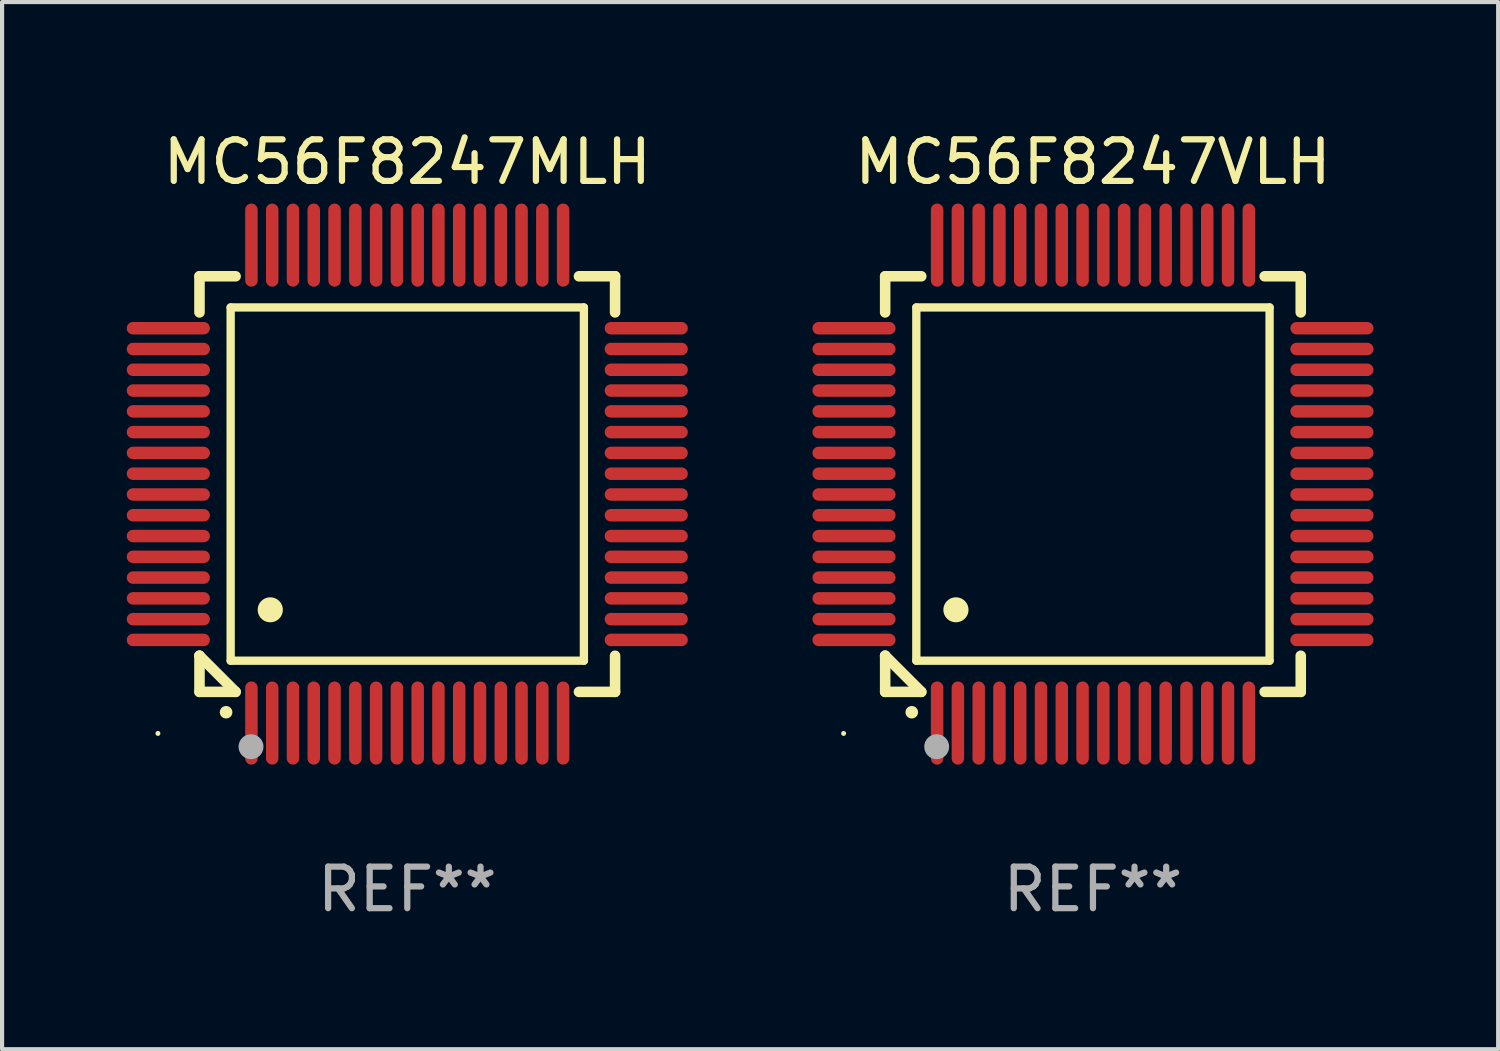
<source format=kicad_pcb>
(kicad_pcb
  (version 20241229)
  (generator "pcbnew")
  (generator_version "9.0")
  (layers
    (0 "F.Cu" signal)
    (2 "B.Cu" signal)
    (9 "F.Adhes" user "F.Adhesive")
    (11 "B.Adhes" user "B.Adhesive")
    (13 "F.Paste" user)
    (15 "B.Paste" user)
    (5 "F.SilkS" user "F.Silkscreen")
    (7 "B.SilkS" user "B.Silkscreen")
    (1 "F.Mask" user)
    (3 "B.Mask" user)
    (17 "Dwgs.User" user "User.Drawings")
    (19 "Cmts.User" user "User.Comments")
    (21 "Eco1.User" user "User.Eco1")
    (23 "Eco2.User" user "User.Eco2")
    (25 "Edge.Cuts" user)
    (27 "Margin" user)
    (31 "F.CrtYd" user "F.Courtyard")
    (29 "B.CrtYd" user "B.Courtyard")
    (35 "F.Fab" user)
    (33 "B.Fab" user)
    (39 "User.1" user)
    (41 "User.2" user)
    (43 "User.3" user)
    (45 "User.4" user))
  (footprint "MC56F8247MLH"
    (layer "F.Cu")
    (at 6.75 8.598)
    (property "Reference" "MC56F8247MLH" (at 0 -7.75 0) (layer "F.SilkS") (effects (font (size 1 1) (thickness 0.15))))
    (attr through_hole)
    (fp_line (start -5 -5) (end -4.131 -5) (stroke (width 0.254) (type solid)) (layer "F.SilkS"))
    (fp_line (start -5 -4.131) (end -5 -5) (stroke (width 0.254) (type solid)) (layer "F.SilkS"))
    (fp_line (start -5 4.131) (end -5 4.131) (stroke (width 0.254) (type solid)) (layer "F.SilkS"))
    (fp_line (start -5 5) (end -5 4.131) (stroke (width 0.254) (type solid)) (layer "F.SilkS"))
    (fp_line (start -5 4.131) (end -4.131 5) (stroke (width 0.254) (type solid)) (layer "F.SilkS"))
    (fp_line (start -4.25 -4.25) (end -4.25 4.25) (stroke (width 0.2) (type solid)) (layer "F.SilkS"))
    (fp_line (start -4.25 4.25) (end 4.25 4.25) (stroke (width 0.2) (type solid)) (layer "F.SilkS"))
    (fp_line (start -4.131 5) (end -5 5) (stroke (width 0.254) (type solid)) (layer "F.SilkS"))
    (fp_line (start 4.25 -4.25) (end -4.25 -4.25) (stroke (width 0.2) (type solid)) (layer "F.SilkS"))
    (fp_line (start 4.25 4.25) (end 4.25 -4.25) (stroke (width 0.2) (type solid)) (layer "F.SilkS"))
    (fp_line (start 5 -5) (end 4.131 -5) (stroke (width 0.254) (type solid)) (layer "F.SilkS"))
    (fp_line (start 5 -5) (end 5 -4.131) (stroke (width 0.254) (type solid)) (layer "F.SilkS"))
    (fp_line (start 5 4.131) (end 5 5) (stroke (width 0.254) (type solid)) (layer "F.SilkS"))
    (fp_line (start 5 5) (end 4.131 5) (stroke (width 0.254) (type solid)) (layer "F.SilkS"))
    (fp_arc (start -4.361265 5.489992) (mid -4.359995 5.489987) (end -4.358725 5.489992) (stroke (width 0.3) (type solid)) (layer "F.SilkS"))
    (fp_arc (start -3.299467 3.025146) (mid -3.296927 3.025135) (end -3.294387 3.025146) (stroke (width 0.6) (type solid)) (layer "F.SilkS"))
    (fp_circle (center -6 6) (end -5.97 6) (stroke (width 0.06) (type solid)) (fill no) (layer "F.SilkS"))
    (fp_circle (center -3.76 6.32) (end -3.61 6.32) (stroke (width 0.3) (type solid)) (fill no) (layer "F.Fab"))
    (fp_text user "REF**" (at 0 9.75 0) (layer "F.Fab") (effects (font (size 1 1) (thickness 0.15))))
    (pad "1" smd oval (at -3.75 5.75) (size 0.3 2) (layers "F.Cu" "F.Mask" "F.Paste"))
    (pad "2" smd oval (at -3.25 5.75) (size 0.3 2) (layers "F.Cu" "F.Mask" "F.Paste"))
    (pad "3" smd oval (at -2.75 5.75) (size 0.3 2) (layers "F.Cu" "F.Mask" "F.Paste"))
    (pad "4" smd oval (at -2.25 5.75) (size 0.3 2) (layers "F.Cu" "F.Mask" "F.Paste"))
    (pad "5" smd oval (at -1.75 5.75) (size 0.3 2) (layers "F.Cu" "F.Mask" "F.Paste"))
    (pad "6" smd oval (at -1.25 5.75) (size 0.3 2) (layers "F.Cu" "F.Mask" "F.Paste"))
    (pad "7" smd oval (at -0.75 5.75) (size 0.3 2) (layers "F.Cu" "F.Mask" "F.Paste"))
    (pad "8" smd oval (at -0.25 5.75) (size 0.3 2) (layers "F.Cu" "F.Mask" "F.Paste"))
    (pad "9" smd oval (at 0.25 5.75) (size 0.3 2) (layers "F.Cu" "F.Mask" "F.Paste"))
    (pad "10" smd oval (at 0.75 5.75) (size 0.3 2) (layers "F.Cu" "F.Mask" "F.Paste"))
    (pad "11" smd oval (at 1.25 5.75) (size 0.3 2) (layers "F.Cu" "F.Mask" "F.Paste"))
    (pad "12" smd oval (at 1.75 5.75) (size 0.3 2) (layers "F.Cu" "F.Mask" "F.Paste"))
    (pad "13" smd oval (at 2.25 5.75) (size 0.3 2) (layers "F.Cu" "F.Mask" "F.Paste"))
    (pad "14" smd oval (at 2.75 5.75) (size 0.3 2) (layers "F.Cu" "F.Mask" "F.Paste"))
    (pad "15" smd oval (at 3.25 5.75) (size 0.3 2) (layers "F.Cu" "F.Mask" "F.Paste"))
    (pad "16" smd oval (at 3.75 5.75) (size 0.3 2) (layers "F.Cu" "F.Mask" "F.Paste"))
    (pad "17" smd oval (at 5.75 3.75) (size 2 0.3) (layers "F.Cu" "F.Mask" "F.Paste"))
    (pad "18" smd oval (at 5.75 3.25) (size 2 0.3) (layers "F.Cu" "F.Mask" "F.Paste"))
    (pad "19" smd oval (at 5.75 2.75) (size 2 0.3) (layers "F.Cu" "F.Mask" "F.Paste"))
    (pad "20" smd oval (at 5.75 2.25) (size 2 0.3) (layers "F.Cu" "F.Mask" "F.Paste"))
    (pad "21" smd oval (at 5.75 1.75) (size 2 0.3) (layers "F.Cu" "F.Mask" "F.Paste"))
    (pad "22" smd oval (at 5.75 1.25) (size 2 0.3) (layers "F.Cu" "F.Mask" "F.Paste"))
    (pad "23" smd oval (at 5.75 0.75) (size 2 0.3) (layers "F.Cu" "F.Mask" "F.Paste"))
    (pad "24" smd oval (at 5.75 0.25) (size 2 0.3) (layers "F.Cu" "F.Mask" "F.Paste"))
    (pad "25" smd oval (at 5.75 -0.25) (size 2 0.3) (layers "F.Cu" "F.Mask" "F.Paste"))
    (pad "26" smd oval (at 5.75 -0.75) (size 2 0.3) (layers "F.Cu" "F.Mask" "F.Paste"))
    (pad "27" smd oval (at 5.75 -1.25) (size 2 0.3) (layers "F.Cu" "F.Mask" "F.Paste"))
    (pad "28" smd oval (at 5.75 -1.75) (size 2 0.3) (layers "F.Cu" "F.Mask" "F.Paste"))
    (pad "29" smd oval (at 5.75 -2.25) (size 2 0.3) (layers "F.Cu" "F.Mask" "F.Paste"))
    (pad "30" smd oval (at 5.75 -2.75) (size 2 0.3) (layers "F.Cu" "F.Mask" "F.Paste"))
    (pad "31" smd oval (at 5.75 -3.25) (size 2 0.3) (layers "F.Cu" "F.Mask" "F.Paste"))
    (pad "32" smd oval (at 5.75 -3.75) (size 2 0.3) (layers "F.Cu" "F.Mask" "F.Paste"))
    (pad "33" smd oval (at 3.75 -5.75) (size 0.3 2) (layers "F.Cu" "F.Mask" "F.Paste"))
    (pad "34" smd oval (at 3.25 -5.75) (size 0.3 2) (layers "F.Cu" "F.Mask" "F.Paste"))
    (pad "35" smd oval (at 2.75 -5.75) (size 0.3 2) (layers "F.Cu" "F.Mask" "F.Paste"))
    (pad "36" smd oval (at 2.25 -5.75) (size 0.3 2) (layers "F.Cu" "F.Mask" "F.Paste"))
    (pad "37" smd oval (at 1.75 -5.75) (size 0.3 2) (layers "F.Cu" "F.Mask" "F.Paste"))
    (pad "38" smd oval (at 1.25 -5.75) (size 0.3 2) (layers "F.Cu" "F.Mask" "F.Paste"))
    (pad "39" smd oval (at 0.75 -5.75) (size 0.3 2) (layers "F.Cu" "F.Mask" "F.Paste"))
    (pad "40" smd oval (at 0.25 -5.75) (size 0.3 2) (layers "F.Cu" "F.Mask" "F.Paste"))
    (pad "41" smd oval (at -0.25 -5.75) (size 0.3 2) (layers "F.Cu" "F.Mask" "F.Paste"))
    (pad "42" smd oval (at -0.75 -5.75) (size 0.3 2) (layers "F.Cu" "F.Mask" "F.Paste"))
    (pad "43" smd oval (at -1.25 -5.75) (size 0.3 2) (layers "F.Cu" "F.Mask" "F.Paste"))
    (pad "44" smd oval (at -1.75 -5.75) (size 0.3 2) (layers "F.Cu" "F.Mask" "F.Paste"))
    (pad "45" smd oval (at -2.25 -5.75) (size 0.3 2) (layers "F.Cu" "F.Mask" "F.Paste"))
    (pad "46" smd oval (at -2.75 -5.75) (size 0.3 2) (layers "F.Cu" "F.Mask" "F.Paste"))
    (pad "47" smd oval (at -3.25 -5.75) (size 0.3 2) (layers "F.Cu" "F.Mask" "F.Paste"))
    (pad "48" smd oval (at -3.75 -5.75) (size 0.3 2) (layers "F.Cu" "F.Mask" "F.Paste"))
    (pad "49" smd oval (at -5.75 -3.75) (size 2 0.3) (layers "F.Cu" "F.Mask" "F.Paste"))
    (pad "50" smd oval (at -5.75 -3.25) (size 2 0.3) (layers "F.Cu" "F.Mask" "F.Paste"))
    (pad "51" smd oval (at -5.75 -2.75) (size 2 0.3) (layers "F.Cu" "F.Mask" "F.Paste"))
    (pad "52" smd oval (at -5.75 -2.25) (size 2 0.3) (layers "F.Cu" "F.Mask" "F.Paste"))
    (pad "53" smd oval (at -5.75 -1.75) (size 2 0.3) (layers "F.Cu" "F.Mask" "F.Paste"))
    (pad "54" smd oval (at -5.75 -1.25) (size 2 0.3) (layers "F.Cu" "F.Mask" "F.Paste"))
    (pad "55" smd oval (at -5.75 -0.75) (size 2 0.3) (layers "F.Cu" "F.Mask" "F.Paste"))
    (pad "56" smd oval (at -5.75 -0.25) (size 2 0.3) (layers "F.Cu" "F.Mask" "F.Paste"))
    (pad "57" smd oval (at -5.75 0.25) (size 2 0.3) (layers "F.Cu" "F.Mask" "F.Paste"))
    (pad "58" smd oval (at -5.75 0.75) (size 2 0.3) (layers "F.Cu" "F.Mask" "F.Paste"))
    (pad "59" smd oval (at -5.75 1.25) (size 2 0.3) (layers "F.Cu" "F.Mask" "F.Paste"))
    (pad "60" smd oval (at -5.75 1.75) (size 2 0.3) (layers "F.Cu" "F.Mask" "F.Paste"))
    (pad "61" smd oval (at -5.75 2.25) (size 2 0.3) (layers "F.Cu" "F.Mask" "F.Paste"))
    (pad "62" smd oval (at -5.75 2.75) (size 2 0.3) (layers "F.Cu" "F.Mask" "F.Paste"))
    (pad "63" smd oval (at -5.75 3.25) (size 2 0.3) (layers "F.Cu" "F.Mask" "F.Paste"))
    (pad "64" smd oval (at -5.75 3.75) (size 2 0.3) (layers "F.Cu" "F.Mask" "F.Paste")))
  (footprint "MC56F8247VLH"
    (layer "F.Cu")
    (at 23.249 8.598)
    (property "Reference" "MC56F8247VLH" (at 0 -7.75 0) (layer "F.SilkS") (effects (font (size 1 1) (thickness 0.15))))
    (attr through_hole)
    (fp_line (start -5 -5) (end -4.131 -5) (stroke (width 0.254) (type solid)) (layer "F.SilkS"))
    (fp_line (start -5 -4.131) (end -5 -5) (stroke (width 0.254) (type solid)) (layer "F.SilkS"))
    (fp_line (start -5 4.131) (end -5 4.131) (stroke (width 0.254) (type solid)) (layer "F.SilkS"))
    (fp_line (start -5 5) (end -5 4.131) (stroke (width 0.254) (type solid)) (layer "F.SilkS"))
    (fp_line (start -5 4.131) (end -4.131 5) (stroke (width 0.254) (type solid)) (layer "F.SilkS"))
    (fp_line (start -4.25 -4.25) (end -4.25 4.25) (stroke (width 0.2) (type solid)) (layer "F.SilkS"))
    (fp_line (start -4.25 4.25) (end 4.25 4.25) (stroke (width 0.2) (type solid)) (layer "F.SilkS"))
    (fp_line (start -4.131 5) (end -5 5) (stroke (width 0.254) (type solid)) (layer "F.SilkS"))
    (fp_line (start 4.25 -4.25) (end -4.25 -4.25) (stroke (width 0.2) (type solid)) (layer "F.SilkS"))
    (fp_line (start 4.25 4.25) (end 4.25 -4.25) (stroke (width 0.2) (type solid)) (layer "F.SilkS"))
    (fp_line (start 5 -5) (end 4.131 -5) (stroke (width 0.254) (type solid)) (layer "F.SilkS"))
    (fp_line (start 5 -5) (end 5 -4.131) (stroke (width 0.254) (type solid)) (layer "F.SilkS"))
    (fp_line (start 5 4.131) (end 5 5) (stroke (width 0.254) (type solid)) (layer "F.SilkS"))
    (fp_line (start 5 5) (end 4.131 5) (stroke (width 0.254) (type solid)) (layer "F.SilkS"))
    (fp_arc (start -4.361265 5.489992) (mid -4.359995 5.489987) (end -4.358725 5.489992) (stroke (width 0.3) (type solid)) (layer "F.SilkS"))
    (fp_arc (start -3.299467 3.025146) (mid -3.296927 3.025135) (end -3.294387 3.025146) (stroke (width 0.6) (type solid)) (layer "F.SilkS"))
    (fp_circle (center -6 6) (end -5.97 6) (stroke (width 0.06) (type solid)) (fill no) (layer "F.SilkS"))
    (fp_circle (center -3.76 6.32) (end -3.61 6.32) (stroke (width 0.3) (type solid)) (fill no) (layer "F.Fab"))
    (fp_text user "REF**" (at 0 9.75 0) (layer "F.Fab") (effects (font (size 1 1) (thickness 0.15))))
    (pad "1" smd oval (at -3.75 5.75) (size 0.3 2) (layers "F.Cu" "F.Mask" "F.Paste"))
    (pad "2" smd oval (at -3.25 5.75) (size 0.3 2) (layers "F.Cu" "F.Mask" "F.Paste"))
    (pad "3" smd oval (at -2.75 5.75) (size 0.3 2) (layers "F.Cu" "F.Mask" "F.Paste"))
    (pad "4" smd oval (at -2.25 5.75) (size 0.3 2) (layers "F.Cu" "F.Mask" "F.Paste"))
    (pad "5" smd oval (at -1.75 5.75) (size 0.3 2) (layers "F.Cu" "F.Mask" "F.Paste"))
    (pad "6" smd oval (at -1.25 5.75) (size 0.3 2) (layers "F.Cu" "F.Mask" "F.Paste"))
    (pad "7" smd oval (at -0.75 5.75) (size 0.3 2) (layers "F.Cu" "F.Mask" "F.Paste"))
    (pad "8" smd oval (at -0.25 5.75) (size 0.3 2) (layers "F.Cu" "F.Mask" "F.Paste"))
    (pad "9" smd oval (at 0.25 5.75) (size 0.3 2) (layers "F.Cu" "F.Mask" "F.Paste"))
    (pad "10" smd oval (at 0.75 5.75) (size 0.3 2) (layers "F.Cu" "F.Mask" "F.Paste"))
    (pad "11" smd oval (at 1.25 5.75) (size 0.3 2) (layers "F.Cu" "F.Mask" "F.Paste"))
    (pad "12" smd oval (at 1.75 5.75) (size 0.3 2) (layers "F.Cu" "F.Mask" "F.Paste"))
    (pad "13" smd oval (at 2.25 5.75) (size 0.3 2) (layers "F.Cu" "F.Mask" "F.Paste"))
    (pad "14" smd oval (at 2.75 5.75) (size 0.3 2) (layers "F.Cu" "F.Mask" "F.Paste"))
    (pad "15" smd oval (at 3.25 5.75) (size 0.3 2) (layers "F.Cu" "F.Mask" "F.Paste"))
    (pad "16" smd oval (at 3.75 5.75) (size 0.3 2) (layers "F.Cu" "F.Mask" "F.Paste"))
    (pad "17" smd oval (at 5.75 3.75) (size 2 0.3) (layers "F.Cu" "F.Mask" "F.Paste"))
    (pad "18" smd oval (at 5.75 3.25) (size 2 0.3) (layers "F.Cu" "F.Mask" "F.Paste"))
    (pad "19" smd oval (at 5.75 2.75) (size 2 0.3) (layers "F.Cu" "F.Mask" "F.Paste"))
    (pad "20" smd oval (at 5.75 2.25) (size 2 0.3) (layers "F.Cu" "F.Mask" "F.Paste"))
    (pad "21" smd oval (at 5.75 1.75) (size 2 0.3) (layers "F.Cu" "F.Mask" "F.Paste"))
    (pad "22" smd oval (at 5.75 1.25) (size 2 0.3) (layers "F.Cu" "F.Mask" "F.Paste"))
    (pad "23" smd oval (at 5.75 0.75) (size 2 0.3) (layers "F.Cu" "F.Mask" "F.Paste"))
    (pad "24" smd oval (at 5.75 0.25) (size 2 0.3) (layers "F.Cu" "F.Mask" "F.Paste"))
    (pad "25" smd oval (at 5.75 -0.25) (size 2 0.3) (layers "F.Cu" "F.Mask" "F.Paste"))
    (pad "26" smd oval (at 5.75 -0.75) (size 2 0.3) (layers "F.Cu" "F.Mask" "F.Paste"))
    (pad "27" smd oval (at 5.75 -1.25) (size 2 0.3) (layers "F.Cu" "F.Mask" "F.Paste"))
    (pad "28" smd oval (at 5.75 -1.75) (size 2 0.3) (layers "F.Cu" "F.Mask" "F.Paste"))
    (pad "29" smd oval (at 5.75 -2.25) (size 2 0.3) (layers "F.Cu" "F.Mask" "F.Paste"))
    (pad "30" smd oval (at 5.75 -2.75) (size 2 0.3) (layers "F.Cu" "F.Mask" "F.Paste"))
    (pad "31" smd oval (at 5.75 -3.25) (size 2 0.3) (layers "F.Cu" "F.Mask" "F.Paste"))
    (pad "32" smd oval (at 5.75 -3.75) (size 2 0.3) (layers "F.Cu" "F.Mask" "F.Paste"))
    (pad "33" smd oval (at 3.75 -5.75) (size 0.3 2) (layers "F.Cu" "F.Mask" "F.Paste"))
    (pad "34" smd oval (at 3.25 -5.75) (size 0.3 2) (layers "F.Cu" "F.Mask" "F.Paste"))
    (pad "35" smd oval (at 2.75 -5.75) (size 0.3 2) (layers "F.Cu" "F.Mask" "F.Paste"))
    (pad "36" smd oval (at 2.25 -5.75) (size 0.3 2) (layers "F.Cu" "F.Mask" "F.Paste"))
    (pad "37" smd oval (at 1.75 -5.75) (size 0.3 2) (layers "F.Cu" "F.Mask" "F.Paste"))
    (pad "38" smd oval (at 1.25 -5.75) (size 0.3 2) (layers "F.Cu" "F.Mask" "F.Paste"))
    (pad "39" smd oval (at 0.75 -5.75) (size 0.3 2) (layers "F.Cu" "F.Mask" "F.Paste"))
    (pad "40" smd oval (at 0.25 -5.75) (size 0.3 2) (layers "F.Cu" "F.Mask" "F.Paste"))
    (pad "41" smd oval (at -0.25 -5.75) (size 0.3 2) (layers "F.Cu" "F.Mask" "F.Paste"))
    (pad "42" smd oval (at -0.75 -5.75) (size 0.3 2) (layers "F.Cu" "F.Mask" "F.Paste"))
    (pad "43" smd oval (at -1.25 -5.75) (size 0.3 2) (layers "F.Cu" "F.Mask" "F.Paste"))
    (pad "44" smd oval (at -1.75 -5.75) (size 0.3 2) (layers "F.Cu" "F.Mask" "F.Paste"))
    (pad "45" smd oval (at -2.25 -5.75) (size 0.3 2) (layers "F.Cu" "F.Mask" "F.Paste"))
    (pad "46" smd oval (at -2.75 -5.75) (size 0.3 2) (layers "F.Cu" "F.Mask" "F.Paste"))
    (pad "47" smd oval (at -3.25 -5.75) (size 0.3 2) (layers "F.Cu" "F.Mask" "F.Paste"))
    (pad "48" smd oval (at -3.75 -5.75) (size 0.3 2) (layers "F.Cu" "F.Mask" "F.Paste"))
    (pad "49" smd oval (at -5.75 -3.75) (size 2 0.3) (layers "F.Cu" "F.Mask" "F.Paste"))
    (pad "50" smd oval (at -5.75 -3.25) (size 2 0.3) (layers "F.Cu" "F.Mask" "F.Paste"))
    (pad "51" smd oval (at -5.75 -2.75) (size 2 0.3) (layers "F.Cu" "F.Mask" "F.Paste"))
    (pad "52" smd oval (at -5.75 -2.25) (size 2 0.3) (layers "F.Cu" "F.Mask" "F.Paste"))
    (pad "53" smd oval (at -5.75 -1.75) (size 2 0.3) (layers "F.Cu" "F.Mask" "F.Paste"))
    (pad "54" smd oval (at -5.75 -1.25) (size 2 0.3) (layers "F.Cu" "F.Mask" "F.Paste"))
    (pad "55" smd oval (at -5.75 -0.75) (size 2 0.3) (layers "F.Cu" "F.Mask" "F.Paste"))
    (pad "56" smd oval (at -5.75 -0.25) (size 2 0.3) (layers "F.Cu" "F.Mask" "F.Paste"))
    (pad "57" smd oval (at -5.75 0.25) (size 2 0.3) (layers "F.Cu" "F.Mask" "F.Paste"))
    (pad "58" smd oval (at -5.75 0.75) (size 2 0.3) (layers "F.Cu" "F.Mask" "F.Paste"))
    (pad "59" smd oval (at -5.75 1.25) (size 2 0.3) (layers "F.Cu" "F.Mask" "F.Paste"))
    (pad "60" smd oval (at -5.75 1.75) (size 2 0.3) (layers "F.Cu" "F.Mask" "F.Paste"))
    (pad "61" smd oval (at -5.75 2.25) (size 2 0.3) (layers "F.Cu" "F.Mask" "F.Paste"))
    (pad "62" smd oval (at -5.75 2.75) (size 2 0.3) (layers "F.Cu" "F.Mask" "F.Paste"))
    (pad "63" smd oval (at -5.75 3.25) (size 2 0.3) (layers "F.Cu" "F.Mask" "F.Paste"))
    (pad "64" smd oval (at -5.75 3.75) (size 2 0.3) (layers "F.Cu" "F.Mask" "F.Paste")))
  (gr_rect
    (start -3 -3)
    (end 32.999 22.196)
    (stroke (width 0.1) (type default))
    (fill no)
    (layer "Edge.Cuts")))
</source>
